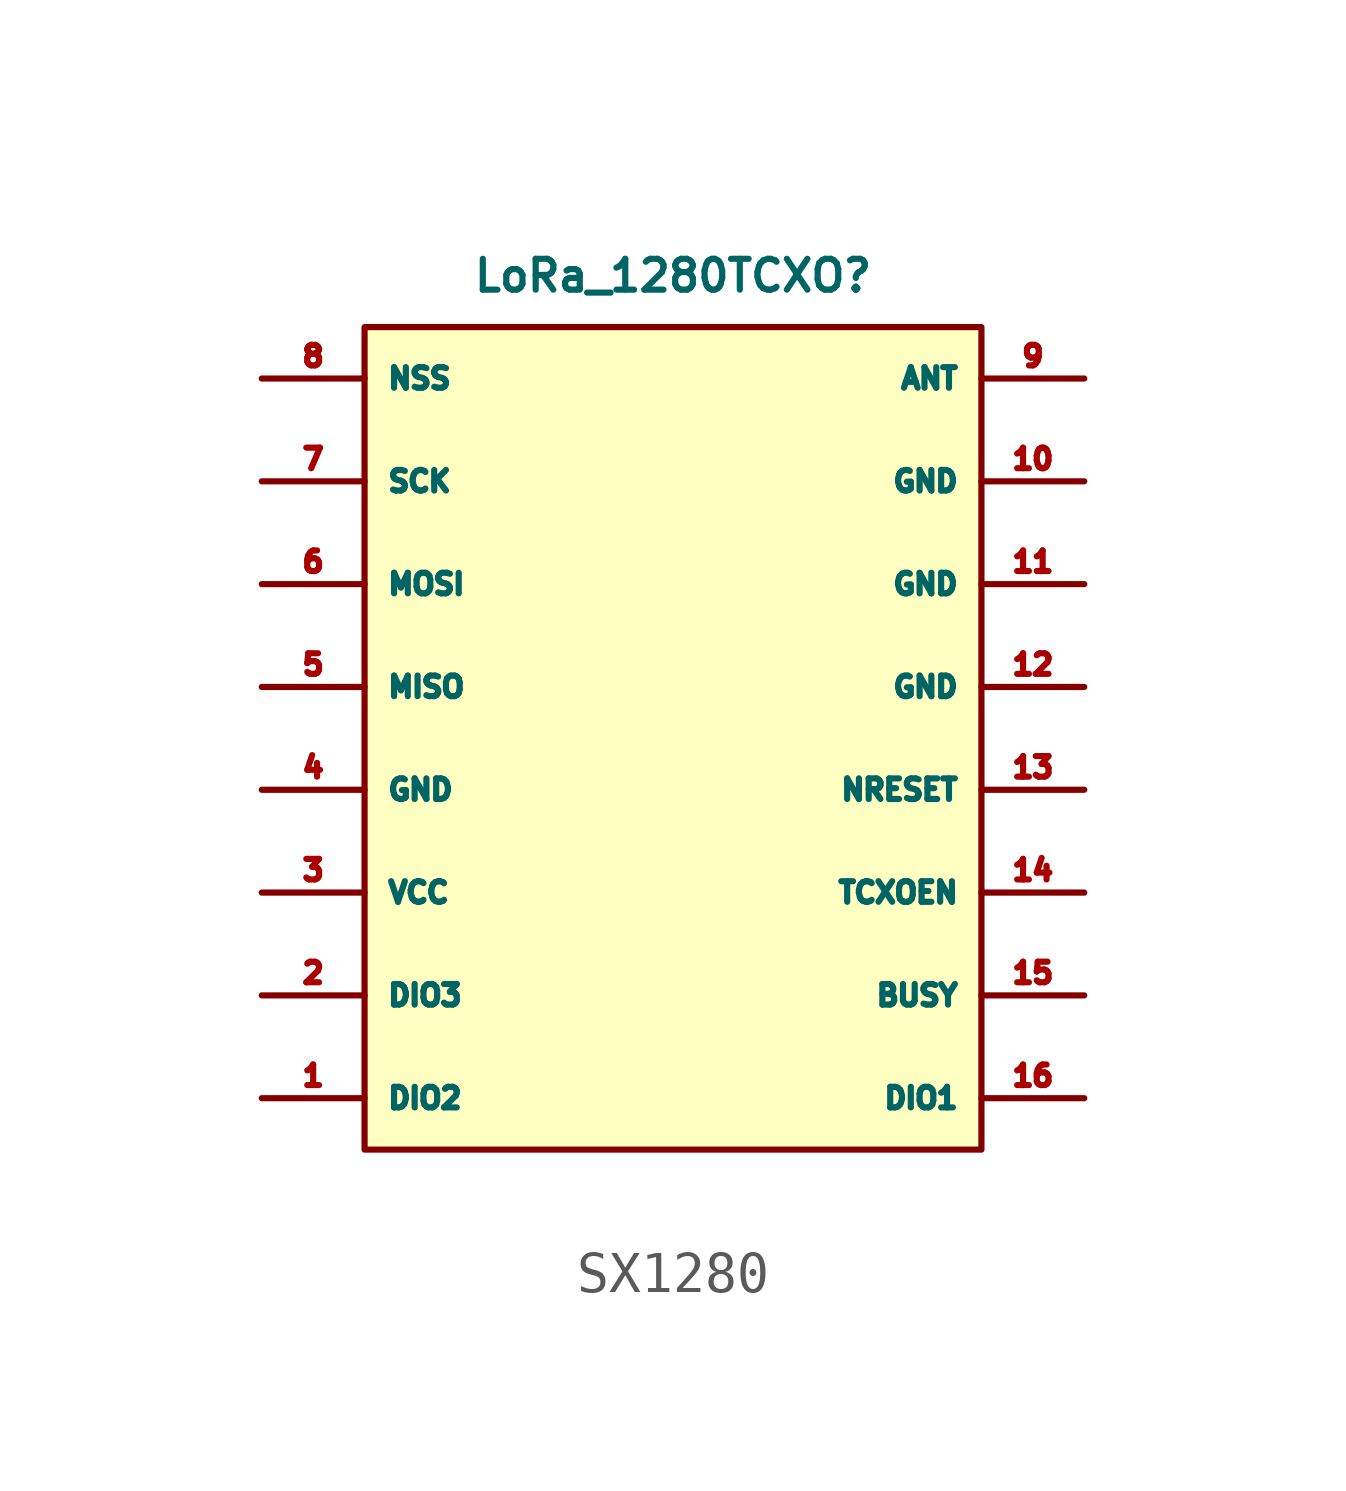
<source format=kicad_sym>
(kicad_symbol_lib
  (version 20241209)
  (generator "kicad_symbol_editor")
  (generator_version "9.0")
  (symbol "SX1280"
    (property "Reference" "LoRa_1280TCXO"
      (at 0 0 0)
      (effects (font (size 0.762 0.762))))
    (property "Value" ""
      (at 0 0 0)
      (effects (font (size 1.27 1.27))))
    (symbol "SX1280_1_1"
      (rectangle (start -7.62 -1.27) (end 7.62 -21.59) (stroke (width 0) (type solid)) (fill (type background)))
      (pin input line (at -10.16 -2.54 0) (length 2.54) (name "NSS" (effects (font (size 0.508 0.508)))) (number "8" (effects (font (size 0.508 0.508)))))
      (pin input line (at -10.16 -5.08 0) (length 2.54) (name "SCK" (effects (font (size 0.508 0.508)))) (number "7" (effects (font (size 0.508 0.508)))))
      (pin input line (at -10.16 -7.62 0) (length 2.54) (name "MOSI" (effects (font (size 0.508 0.508)))) (number "6" (effects (font (size 0.508 0.508)))))
      (pin output line (at -10.16 -10.16 0) (length 2.54) (name "MISO" (effects (font (size 0.508 0.508)))) (number "5" (effects (font (size 0.508 0.508)))))
      (pin power_in line (at -10.16 -12.7 0) (length 2.54) (name "GND" (effects (font (size 0.508 0.508)))) (number "4" (effects (font (size 0.508 0.508)))))
      (pin power_in line (at -10.16 -15.24 0) (length 2.54) (name "VCC" (effects (font (size 0.508 0.508)))) (number "3" (effects (font (size 0.508 0.508)))))
      (pin bidirectional line (at -10.16 -17.78 0) (length 2.54) (name "DIO3" (effects (font (size 0.508 0.508)))) (number "2" (effects (font (size 0.508 0.508)))))
      (pin bidirectional line (at -10.16 -20.32 0) (length 2.54) (name "DIO2" (effects (font (size 0.508 0.508)))) (number "1" (effects (font (size 0.508 0.508)))))
      (pin passive line (at 10.16 -2.54 180) (length 2.54) (name "ANT" (effects (font (size 0.508 0.508)))) (number "9" (effects (font (size 0.508 0.508)))))
      (pin power_in line (at 10.16 -5.08 180) (length 2.54) (name "GND" (effects (font (size 0.508 0.508)))) (number "10" (effects (font (size 0.508 0.508)))))
      (pin power_in line (at 10.16 -7.62 180) (length 2.54) (name "GND" (effects (font (size 0.508 0.508)))) (number "11" (effects (font (size 0.508 0.508)))))
      (pin power_in line (at 10.16 -10.16 180) (length 2.54) (name "GND" (effects (font (size 0.508 0.508)))) (number "12" (effects (font (size 0.508 0.508)))))
      (pin input line (at 10.16 -12.7 180) (length 2.54) (name "NRESET" (effects (font (size 0.508 0.508)))) (number "13" (effects (font (size 0.508 0.508)))))
      (pin input line (at 10.16 -15.24 180) (length 2.54) (name "TCXOEN" (effects (font (size 0.508 0.508)))) (number "14" (effects (font (size 0.508 0.508)))))
      (pin output line (at 10.16 -17.78 180) (length 2.54) (name "BUSY" (effects (font (size 0.508 0.508)))) (number "15" (effects (font (size 0.508 0.508)))))
      (pin bidirectional line (at 10.16 -20.32 180) (length 2.54) (name "DIO1" (effects (font (size 0.508 0.508)))) (number "16" (effects (font (size 0.508 0.508))))))))
</source>
